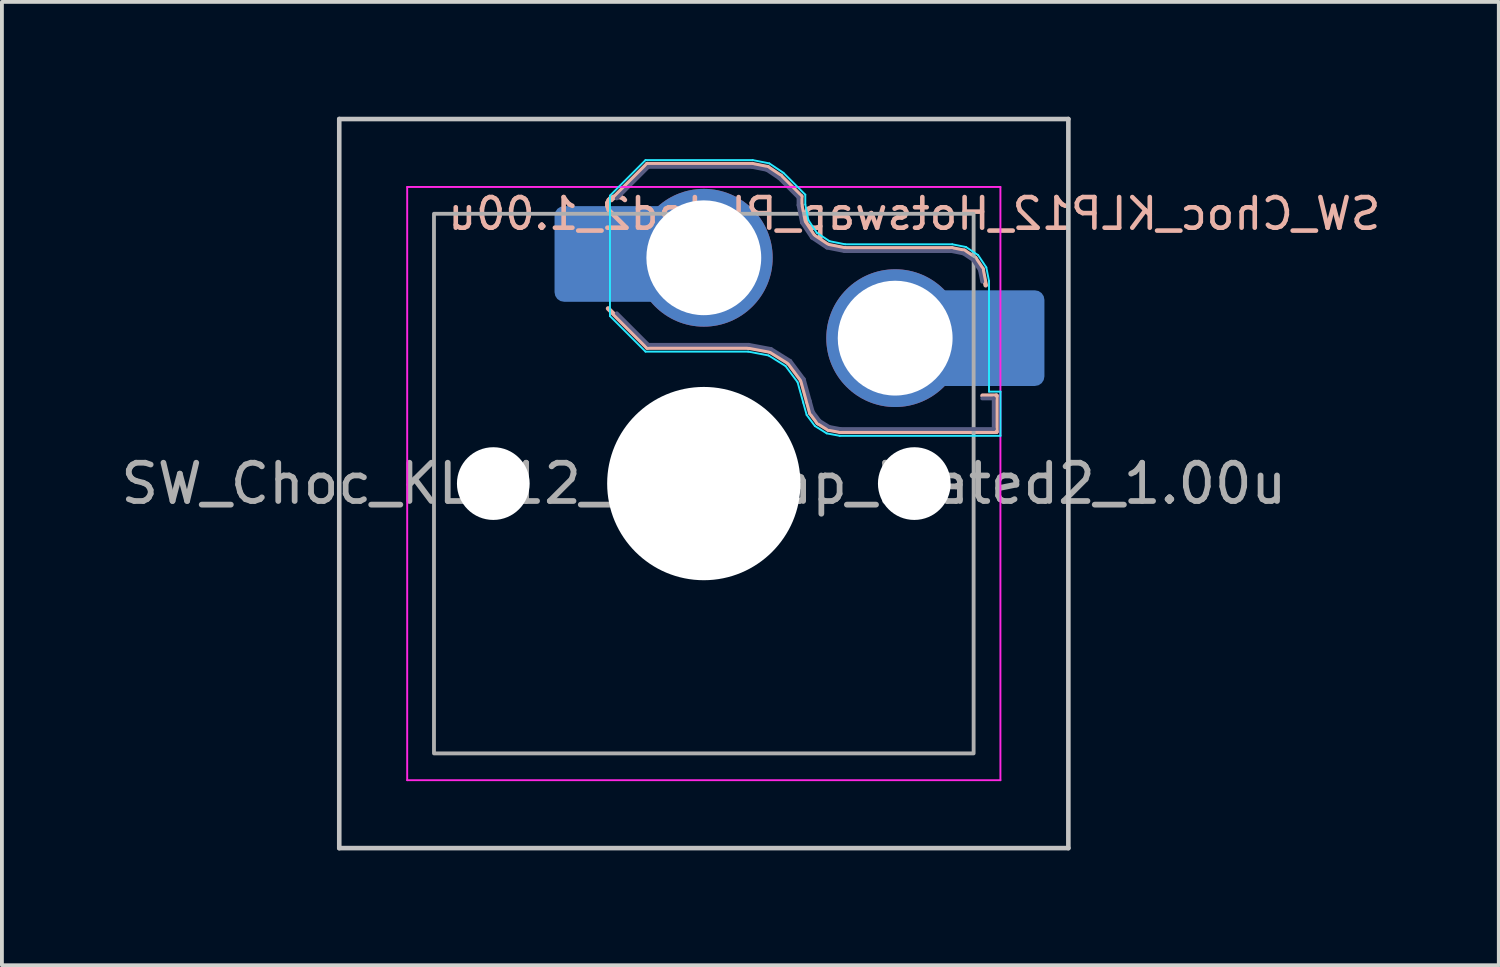
<source format=kicad_pcb>
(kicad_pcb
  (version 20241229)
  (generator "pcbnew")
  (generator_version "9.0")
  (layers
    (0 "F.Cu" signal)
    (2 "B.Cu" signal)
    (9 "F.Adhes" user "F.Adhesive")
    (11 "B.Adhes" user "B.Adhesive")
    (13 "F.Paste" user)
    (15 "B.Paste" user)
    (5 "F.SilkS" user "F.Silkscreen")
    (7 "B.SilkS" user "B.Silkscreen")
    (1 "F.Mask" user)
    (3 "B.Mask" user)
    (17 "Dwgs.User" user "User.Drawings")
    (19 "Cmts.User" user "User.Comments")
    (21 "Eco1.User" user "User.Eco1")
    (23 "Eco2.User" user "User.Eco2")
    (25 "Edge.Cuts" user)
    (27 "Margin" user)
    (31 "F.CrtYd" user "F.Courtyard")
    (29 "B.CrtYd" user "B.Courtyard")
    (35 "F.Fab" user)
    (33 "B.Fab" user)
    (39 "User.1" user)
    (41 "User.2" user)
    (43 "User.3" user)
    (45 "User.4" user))
  (footprint "SW_Choc_KLP12_Hotswap_Plated2_1.00u"
    (layer "F.Cu")
    (at 15.339 9.585)
    (property "Reference" "SW_Choc_KLP12_Hotswap_Plated2_1.00u" (at 5.5 -7.05 180) (layer "B.SilkS") (effects (font (size 0.8 0.8) (thickness 0.12)) (justify mirror)))
    (attr smd)
    (fp_line (start -2.416 -7.409) (end -1.479 -8.346) (stroke (width 0.12) (type solid)) (layer "B.SilkS"))
    (fp_line (start -1.479 -8.346) (end 1.268 -8.346) (stroke (width 0.12) (type solid)) (layer "B.SilkS"))
    (fp_line (start -1.479 -3.554) (end -2.5 -4.575) (stroke (width 0.12) (type solid)) (layer "B.SilkS"))
    (fp_line (start 1.168 -3.554) (end -1.479 -3.554) (stroke (width 0.12) (type solid)) (layer "B.SilkS"))
    (fp_line (start 1.268 -8.346) (end 1.671 -8.266) (stroke (width 0.12) (type solid)) (layer "B.SilkS"))
    (fp_line (start 1.671 -8.266) (end 2.013 -8.037) (stroke (width 0.12) (type solid)) (layer "B.SilkS"))
    (fp_line (start 1.73 -3.449) (end 1.168 -3.554) (stroke (width 0.12) (type solid)) (layer "B.SilkS"))
    (fp_line (start 2.013 -8.037) (end 2.546 -7.504) (stroke (width 0.12) (type solid)) (layer "B.SilkS"))
    (fp_line (start 2.209 -3.15) (end 1.73 -3.449) (stroke (width 0.12) (type solid)) (layer "B.SilkS"))
    (fp_line (start 2.546 -7.504) (end 2.546 -7.282) (stroke (width 0.12) (type solid)) (layer "B.SilkS"))
    (fp_line (start 2.546 -7.282) (end 2.633 -6.844) (stroke (width 0.12) (type solid)) (layer "B.SilkS"))
    (fp_line (start 2.547 -2.697) (end 2.209 -3.15) (stroke (width 0.12) (type solid)) (layer "B.SilkS"))
    (fp_line (start 2.633 -6.844) (end 2.877 -6.477) (stroke (width 0.12) (type solid)) (layer "B.SilkS"))
    (fp_line (start 2.701 -2.139) (end 2.547 -2.697) (stroke (width 0.12) (type solid)) (layer "B.SilkS"))
    (fp_line (start 2.783 -1.841) (end 2.701 -2.139) (stroke (width 0.12) (type solid)) (layer "B.SilkS"))
    (fp_line (start 2.877 -6.477) (end 3.244 -6.233) (stroke (width 0.12) (type solid)) (layer "B.SilkS"))
    (fp_line (start 2.976 -1.583) (end 2.783 -1.841) (stroke (width 0.12) (type solid)) (layer "B.SilkS"))
    (fp_line (start 3.244 -6.233) (end 3.682 -6.146) (stroke (width 0.12) (type solid)) (layer "B.SilkS"))
    (fp_line (start 3.25 -1.413) (end 2.976 -1.583) (stroke (width 0.12) (type solid)) (layer "B.SilkS"))
    (fp_line (start 3.56 -1.354) (end 3.25 -1.413) (stroke (width 0.12) (type solid)) (layer "B.SilkS"))
    (fp_line (start 3.682 -6.146) (end 6.482 -6.146) (stroke (width 0.12) (type solid)) (layer "B.SilkS"))
    (fp_line (start 6.482 -6.146) (end 6.809 -6.081) (stroke (width 0.12) (type solid)) (layer "B.SilkS"))
    (fp_line (start 6.809 -6.081) (end 7.092 -5.892) (stroke (width 0.12) (type solid)) (layer "B.SilkS"))
    (fp_line (start 7.092 -5.892) (end 7.281 -5.609) (stroke (width 0.12) (type solid)) (layer "B.SilkS"))
    (fp_line (start 7.281 -5.609) (end 7.366 -5.182) (stroke (width 0.12) (type solid)) (layer "B.SilkS"))
    (fp_line (start 7.283 -2.296) (end 7.646 -2.296) (stroke (width 0.12) (type solid)) (layer "B.SilkS"))
    (fp_line (start 7.646 -2.296) (end 7.646 -1.354) (stroke (width 0.12) (type solid)) (layer "B.SilkS"))
    (fp_line (start 7.646 -1.354) (end 3.56 -1.354) (stroke (width 0.12) (type solid)) (layer "B.SilkS"))
    (fp_line (start -9.525 -9.525) (end 9.525 -9.525) (stroke (width 0.12) (type default)) (layer "Dwgs.User"))
    (fp_line (start -9.525 9.525) (end -9.525 -9.525) (stroke (width 0.12) (type default)) (layer "Dwgs.User"))
    (fp_line (start 9.525 -9.525) (end 9.525 9.525) (stroke (width 0.12) (type default)) (layer "Dwgs.User"))
    (fp_line (start 9.525 9.525) (end -9.525 9.525) (stroke (width 0.12) (type default)) (layer "Dwgs.User"))
    (fp_line (start -2.452 -7.523) (end -1.523 -8.452) (stroke (width 0.05) (type solid)) (layer "B.CrtYd"))
    (fp_line (start -2.452 -4.377) (end -2.452 -7.523) (stroke (width 0.05) (type solid)) (layer "B.CrtYd"))
    (fp_line (start -1.523 -8.452) (end 1.278 -8.452) (stroke (width 0.05) (type default)) (layer "B.CrtYd"))
    (fp_line (start -1.523 -3.448) (end -2.452 -4.377) (stroke (width 0.05) (type solid)) (layer "B.CrtYd"))
    (fp_line (start 1.159 -3.448) (end -1.523 -3.448) (stroke (width 0.05) (type solid)) (layer "B.CrtYd"))
    (fp_line (start 1.278 -8.452) (end 1.712 -8.366) (stroke (width 0.05) (type solid)) (layer "B.CrtYd"))
    (fp_line (start 1.691 -3.348) (end 1.159 -3.448) (stroke (width 0.05) (type solid)) (layer "B.CrtYd"))
    (fp_line (start 1.712 -8.366) (end 2.081 -8.119) (stroke (width 0.05) (type solid)) (layer "B.CrtYd"))
    (fp_line (start 2.081 -8.119) (end 2.652 -7.548) (stroke (width 0.05) (type solid)) (layer "B.CrtYd"))
    (fp_line (start 2.136 -3.071) (end 1.691 -3.348) (stroke (width 0.05) (type solid)) (layer "B.CrtYd"))
    (fp_line (start 2.45 -2.65) (end 2.136 -3.071) (stroke (width 0.05) (type solid)) (layer "B.CrtYd"))
    (fp_line (start 2.599 -2.111) (end 2.45 -2.65) (stroke (width 0.05) (type solid)) (layer "B.CrtYd"))
    (fp_line (start 2.652 -7.548) (end 2.652 -7.292) (stroke (width 0.05) (type solid)) (layer "B.CrtYd"))
    (fp_line (start 2.652 -7.292) (end 2.733 -6.885) (stroke (width 0.05) (type solid)) (layer "B.CrtYd"))
    (fp_line (start 2.687 -1.794) (end 2.599 -2.111) (stroke (width 0.05) (type solid)) (layer "B.CrtYd"))
    (fp_line (start 2.733 -6.885) (end 2.953 -6.553) (stroke (width 0.05) (type solid)) (layer "B.CrtYd"))
    (fp_line (start 2.903 -1.503) (end 2.687 -1.794) (stroke (width 0.05) (type solid)) (layer "B.CrtYd"))
    (fp_line (start 2.953 -6.553) (end 3.285 -6.333) (stroke (width 0.05) (type solid)) (layer "B.CrtYd"))
    (fp_line (start 3.211 -1.312) (end 2.903 -1.503) (stroke (width 0.05) (type solid)) (layer "B.CrtYd"))
    (fp_line (start 3.285 -6.333) (end 3.692 -6.252) (stroke (width 0.05) (type solid)) (layer "B.CrtYd"))
    (fp_line (start 3.55 -1.248) (end 3.211 -1.312) (stroke (width 0.05) (type solid)) (layer "B.CrtYd"))
    (fp_line (start 3.692 -6.252) (end 6.492 -6.252) (stroke (width 0.05) (type solid)) (layer "B.CrtYd"))
    (fp_line (start 6.492 -6.252) (end 6.85 -6.181) (stroke (width 0.05) (type solid)) (layer "B.CrtYd"))
    (fp_line (start 6.85 -6.181) (end 7.168 -5.968) (stroke (width 0.05) (type solid)) (layer "B.CrtYd"))
    (fp_line (start 7.168 -5.968) (end 7.381 -5.65) (stroke (width 0.05) (type solid)) (layer "B.CrtYd"))
    (fp_line (start 7.381 -5.65) (end 7.452 -5.292) (stroke (width 0.05) (type solid)) (layer "B.CrtYd"))
    (fp_line (start 7.452 -5.292) (end 7.452 -2.402) (stroke (width 0.05) (type solid)) (layer "B.CrtYd"))
    (fp_line (start 7.452 -2.402) (end 7.752 -2.402) (stroke (width 0.05) (type solid)) (layer "B.CrtYd"))
    (fp_line (start 7.752 -2.402) (end 7.752 -1.248) (stroke (width 0.05) (type solid)) (layer "B.CrtYd"))
    (fp_line (start 7.752 -1.248) (end 3.55 -1.248) (stroke (width 0.05) (type solid)) (layer "B.CrtYd"))
    (fp_line (start -7.75 7.75) (end -7.75 -7.75) (stroke (width 0.05) (type solid)) (layer "F.CrtYd"))
    (fp_line (start 7.75 -7.75) (end -7.75 -7.75) (stroke (width 0.05) (type solid)) (layer "F.CrtYd"))
    (fp_line (start 7.75 -7.75) (end 7.75 7.75) (stroke (width 0.05) (type solid)) (layer "F.CrtYd"))
    (fp_line (start 7.75 7.75) (end -7.75 7.75) (stroke (width 0.05) (type solid)) (layer "F.CrtYd"))
    (fp_line (start -2.275 -7.45) (end -1.45 -8.275) (stroke (width 0.1) (type solid)) (layer "B.Fab"))
    (fp_line (start -1.45 -8.275) (end 1.261 -8.275) (stroke (width 0.1) (type solid)) (layer "B.Fab"))
    (fp_line (start -1.45 -3.625) (end -2.275 -4.45) (stroke (width 0.1) (type solid)) (layer "B.Fab"))
    (fp_line (start 1.175 -3.625) (end -1.45 -3.625) (stroke (width 0.1) (type solid)) (layer "B.Fab"))
    (fp_line (start 1.261 -8.275) (end 1.643 -8.199) (stroke (width 0.1) (type solid)) (layer "B.Fab"))
    (fp_line (start 1.643 -8.199) (end 1.968 -7.982) (stroke (width 0.1) (type solid)) (layer "B.Fab"))
    (fp_line (start 1.756 -3.516) (end 1.175 -3.625) (stroke (width 0.1) (type solid)) (layer "B.Fab"))
    (fp_line (start 1.968 -7.982) (end 2.475 -7.475) (stroke (width 0.1) (type solid)) (layer "B.Fab"))
    (fp_line (start 2.258 -3.203) (end 1.756 -3.516) (stroke (width 0.1) (type solid)) (layer "B.Fab"))
    (fp_line (start 2.475 -7.475) (end 2.475 -7.275) (stroke (width 0.1) (type solid)) (layer "B.Fab"))
    (fp_line (start 2.475 -7.275) (end 2.566 -6.816) (stroke (width 0.1) (type solid)) (layer "B.Fab"))
    (fp_line (start 2.566 -6.816) (end 2.826 -6.426) (stroke (width 0.1) (type solid)) (layer "B.Fab"))
    (fp_line (start 2.612 -2.729) (end 2.258 -3.203) (stroke (width 0.1) (type solid)) (layer "B.Fab"))
    (fp_line (start 2.769 -2.158) (end 2.612 -2.729) (stroke (width 0.1) (type solid)) (layer "B.Fab"))
    (fp_line (start 2.826 -6.426) (end 3.216 -6.166) (stroke (width 0.1) (type solid)) (layer "B.Fab"))
    (fp_line (start 2.848 -1.873) (end 2.769 -2.158) (stroke (width 0.1) (type solid)) (layer "B.Fab"))
    (fp_line (start 3.025 -1.636) (end 2.848 -1.873) (stroke (width 0.1) (type solid)) (layer "B.Fab"))
    (fp_line (start 3.216 -6.166) (end 3.675 -6.075) (stroke (width 0.1) (type solid)) (layer "B.Fab"))
    (fp_line (start 3.276 -1.48) (end 3.025 -1.636) (stroke (width 0.1) (type solid)) (layer "B.Fab"))
    (fp_line (start 3.567 -1.425) (end 3.276 -1.48) (stroke (width 0.1) (type solid)) (layer "B.Fab"))
    (fp_line (start 3.675 -6.075) (end 6.475 -6.075) (stroke (width 0.1) (type solid)) (layer "B.Fab"))
    (fp_line (start 6.475 -6.075) (end 6.781 -6.014) (stroke (width 0.1) (type solid)) (layer "B.Fab"))
    (fp_line (start 6.781 -6.014) (end 7.041 -5.841) (stroke (width 0.1) (type solid)) (layer "B.Fab"))
    (fp_line (start 7.041 -5.841) (end 7.214 -5.581) (stroke (width 0.1) (type solid)) (layer "B.Fab"))
    (fp_line (start 7.214 -5.581) (end 7.275 -5.275) (stroke (width 0.1) (type solid)) (layer "B.Fab"))
    (fp_line (start 7.275 -2.225) (end 7.575 -2.225) (stroke (width 0.1) (type solid)) (layer "B.Fab"))
    (fp_line (start 7.575 -2.225) (end 7.575 -1.425) (stroke (width 0.1) (type solid)) (layer "B.Fab"))
    (fp_line (start 7.575 -1.425) (end 3.567 -1.425) (stroke (width 0.1) (type solid)) (layer "B.Fab"))
    (fp_rect (start -7.05 -7.05) (end 7.05 7.05) (stroke (width 0.1) (type default)) (fill no) (layer "F.Fab"))
    (fp_text user "${REFERENCE}" (at 0 0 0) (layer "F.Fab") (effects (font (size 1 1) (thickness 0.15))))
    (pad "" np_thru_hole circle (at -5.5 0) (size 1.9 1.9) (drill 1.9) (layers "*.Cu" "*.Mask"))
    (pad "" smd roundrect (at -3.1 -6) (size 1.6 2.5) (layers "B.Paste") (roundrect_rratio 0.156))
    (pad "" np_thru_hole circle (at 0 0) (size 5.05 5.05) (drill 5.05) (layers "*.Cu" "*.Mask"))
    (pad "" np_thru_hole circle (at 5.5 0) (size 1.9 1.9) (drill 1.9) (layers "*.Cu" "*.Mask"))
    (pad "" smd roundrect (at 8.1 -3.8) (size 1.6 2.5) (layers "B.Paste") (roundrect_rratio 0.156))
    (pad "1" thru_hole circle (at 5 -3.8) (size 3.6 3.6) (drill 3) (layers "*.Cu" "*.Mask"))
    (pad "1" smd roundrect (at 6.975 -3.8) (size 3.85 2.5) (layers "B.Cu") (roundrect_rratio 0.1))
    (pad "2" smd roundrect (at -1.975 -6) (size 3.85 2.5) (layers "B.Cu") (roundrect_rratio 0.1))
    (pad "2" thru_hole circle (at 0 -5.9) (size 3.6 3.6) (drill 3) (layers "*.Cu" "*.Mask")))
  (gr_rect
    (start -3 -3)
    (end 36.111 22.17)
    (stroke (width 0.1) (type default))
    (fill no)
    (layer "Edge.Cuts")))
</source>
